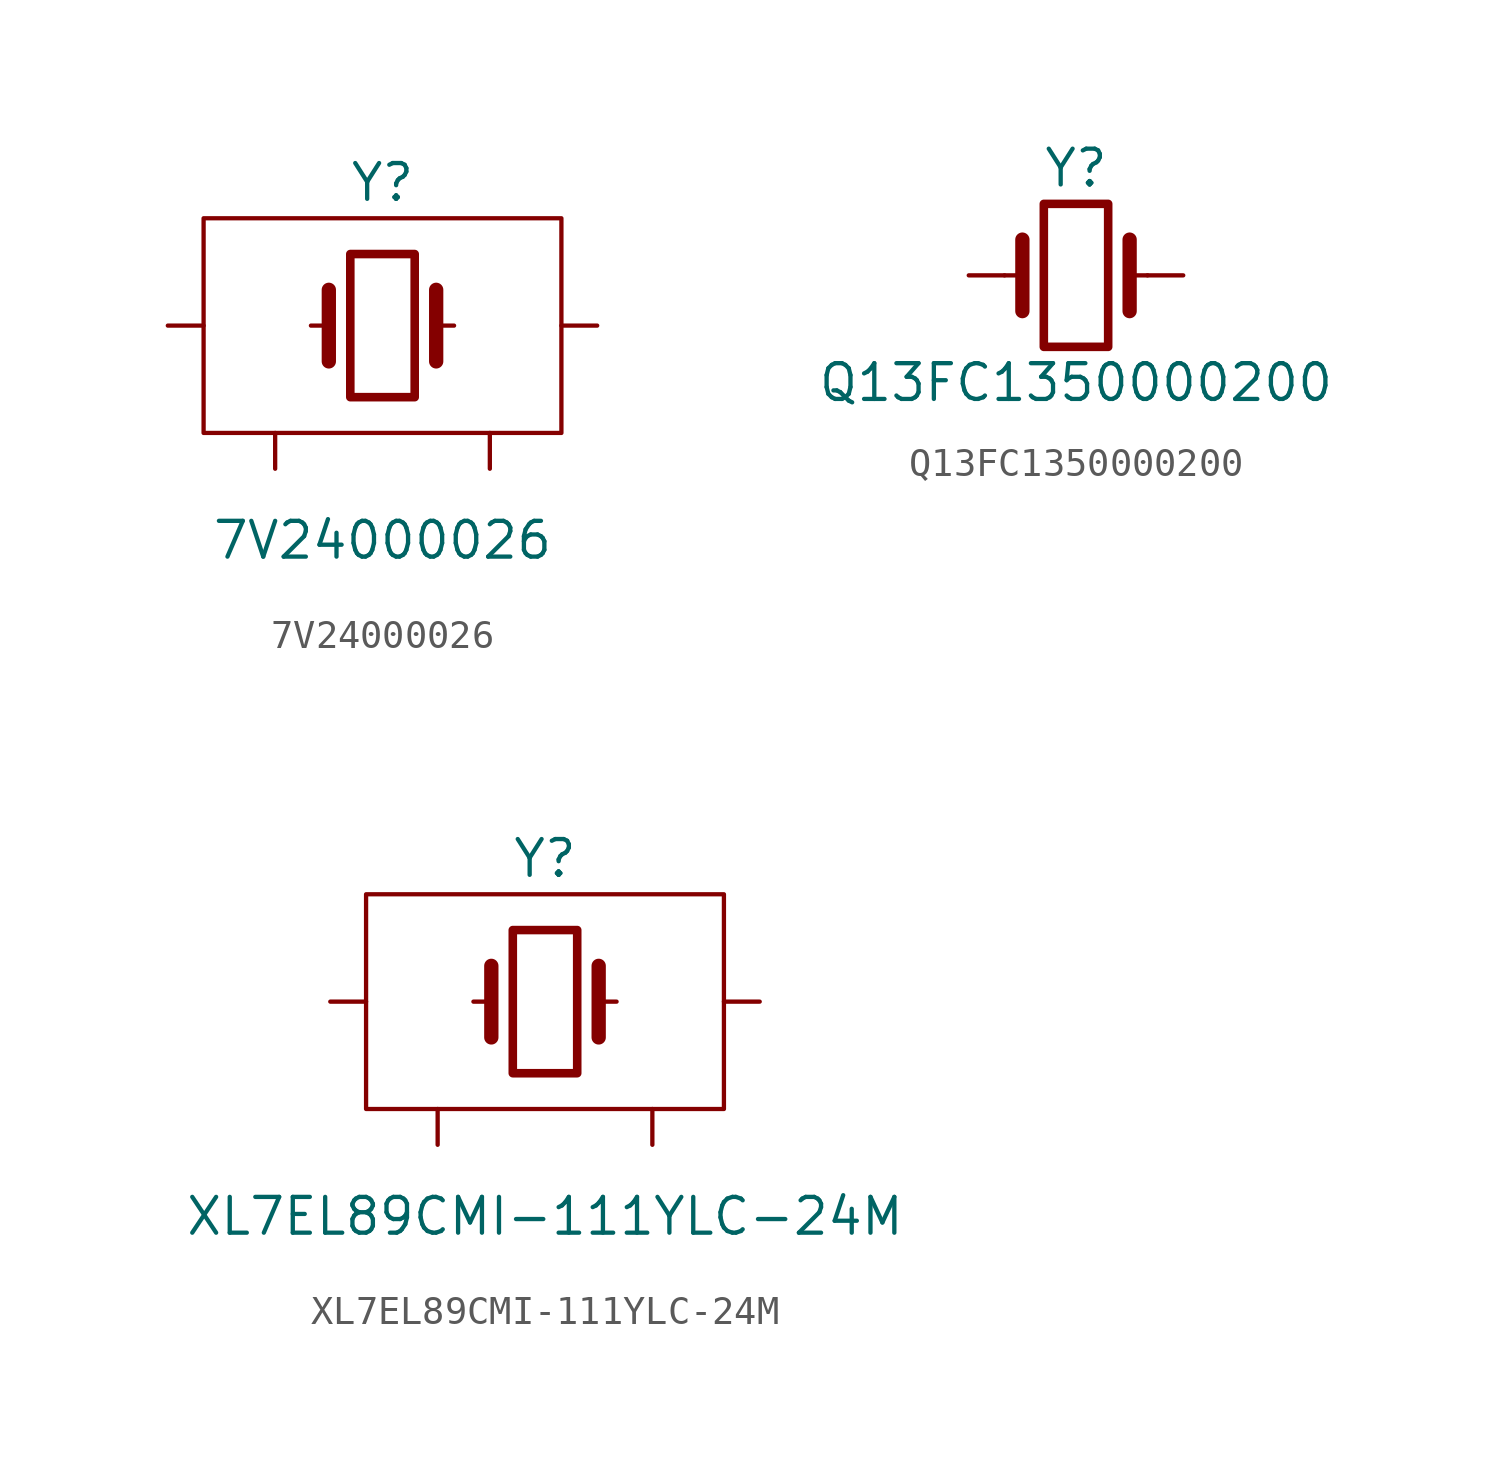
<source format=kicad_sym>
(kicad_symbol_lib
  (version 20211014)
  (generator kicad_symbol_editor)
  (symbol "7V24000026"
    (pin_numbers hide)
    (pin_names
      (offset 1.016) hide)
    (property "Reference" "Y"
      (at 0 5.08 0)
      (effects (font (size 1.27 1.27))))
    (property "Value" "7V24000026"
      (at 0 -7.62 0)
      (effects (font (size 1.27 1.27))))
    (symbol "7V24000026_0_1"
      (rectangle (start -6.35 3.81) (end 6.35 -3.81) (stroke (width 0) (type default) (color 0 0 0 0)) (fill (type none)))
      (rectangle (start -1.143 2.54) (end 1.143 -2.54) (stroke (width 0.305) (type default) (color 0 0 0 0)) (fill (type none)))
      (polyline (pts (xy -2.54 0) (xy -1.905 0)) (stroke (width 0) (type default) (color 0 0 0 0)) (fill (type none)))
      (polyline (pts (xy -1.905 -1.27) (xy -1.905 1.27)) (stroke (width 0.508) (type default) (color 0 0 0 0)) (fill (type none)))
      (polyline (pts (xy 1.905 -1.27) (xy 1.905 1.27)) (stroke (width 0.508) (type default) (color 0 0 0 0)) (fill (type none)))
      (polyline (pts (xy 2.54 0) (xy 1.905 0)) (stroke (width 0) (type default) (color 0 0 0 0)) (fill (type none))))
    (symbol "7V24000026_1_1"
      (pin passive line (at -7.62 0 0) (length 1.27) (name "1" (effects (font (size 1.27 1.27)))) (number "1" (effects (font (size 1.27 1.27)))))
      (pin passive line (at -3.81 -5.08 90) (length 1.27) (name "GND" (effects (font (size 1.27 1.27)))) (number "2" (effects (font (size 1.27 1.27)))))
      (pin passive line (at 7.62 0 180) (length 1.27) (name "3" (effects (font (size 1.27 1.27)))) (number "3" (effects (font (size 1.27 1.27)))))
      (pin passive line (at 3.81 -5.08 90) (length 1.27) (name "GND" (effects (font (size 1.27 1.27)))) (number "4" (effects (font (size 1.27 1.27)))))))
  (symbol "Q13FC1350000200"
    (pin_numbers hide)
    (pin_names
      (offset 1.016) hide)
    (property "Reference" "Y"
      (at 0 3.81 0)
      (effects (font (size 1.27 1.27))))
    (property "Value" "Q13FC1350000200"
      (at 0 -3.81 0)
      (effects (font (size 1.27 1.27))))
    (symbol "Q13FC1350000200_0_1"
      (rectangle (start -1.143 2.54) (end 1.143 -2.54) (stroke (width 0.305) (type default) (color 0 0 0 0)) (fill (type none)))
      (polyline (pts (xy -2.54 0) (xy -1.905 0)) (stroke (width 0) (type default) (color 0 0 0 0)) (fill (type none)))
      (polyline (pts (xy -1.905 -1.27) (xy -1.905 1.27)) (stroke (width 0.508) (type default) (color 0 0 0 0)) (fill (type none)))
      (polyline (pts (xy 1.905 -1.27) (xy 1.905 1.27)) (stroke (width 0.508) (type default) (color 0 0 0 0)) (fill (type none)))
      (polyline (pts (xy 2.54 0) (xy 1.905 0)) (stroke (width 0) (type default) (color 0 0 0 0)) (fill (type none))))
    (symbol "Q13FC1350000200_1_1"
      (pin passive line (at -3.81 0 0) (length 1.27) (name "1" (effects (font (size 1.27 1.27)))) (number "1" (effects (font (size 1.27 1.27)))))
      (pin passive line (at 3.81 0 180) (length 1.27) (name "2" (effects (font (size 1.27 1.27)))) (number "2" (effects (font (size 1.27 1.27)))))))
  (symbol "XL7EL89CMI-111YLC-24M"
    (pin_numbers hide)
    (pin_names
      (offset 1.016) hide)
    (property "Reference" "Y"
      (at 0 5.08 0)
      (effects (font (size 1.27 1.27))))
    (property "Value" "XL7EL89CMI-111YLC-24M"
      (at 0 -7.62 0)
      (effects (font (size 1.27 1.27))))
    (symbol "XL7EL89CMI-111YLC-24M_0_1"
      (rectangle (start -6.35 3.81) (end 6.35 -3.81) (stroke (width 0) (type default) (color 0 0 0 0)) (fill (type none)))
      (rectangle (start -1.143 2.54) (end 1.143 -2.54) (stroke (width 0.305) (type default) (color 0 0 0 0)) (fill (type none)))
      (polyline (pts (xy -2.54 0) (xy -1.905 0)) (stroke (width 0) (type default) (color 0 0 0 0)) (fill (type none)))
      (polyline (pts (xy -1.905 -1.27) (xy -1.905 1.27)) (stroke (width 0.508) (type default) (color 0 0 0 0)) (fill (type none)))
      (polyline (pts (xy 1.905 -1.27) (xy 1.905 1.27)) (stroke (width 0.508) (type default) (color 0 0 0 0)) (fill (type none)))
      (polyline (pts (xy 2.54 0) (xy 1.905 0)) (stroke (width 0) (type default) (color 0 0 0 0)) (fill (type none))))
    (symbol "XL7EL89CMI-111YLC-24M_1_1"
      (pin passive line (at -7.62 0 0) (length 1.27) (name "1" (effects (font (size 1.27 1.27)))) (number "1" (effects (font (size 1.27 1.27)))))
      (pin passive line (at -3.81 -5.08 90) (length 1.27) (name "GND" (effects (font (size 1.27 1.27)))) (number "2" (effects (font (size 1.27 1.27)))))
      (pin passive line (at 7.62 0 180) (length 1.27) (name "3" (effects (font (size 1.27 1.27)))) (number "3" (effects (font (size 1.27 1.27)))))
      (pin passive line (at 3.81 -5.08 90) (length 1.27) (name "GND" (effects (font (size 1.27 1.27)))) (number "4" (effects (font (size 1.27 1.27))))))))
</source>
